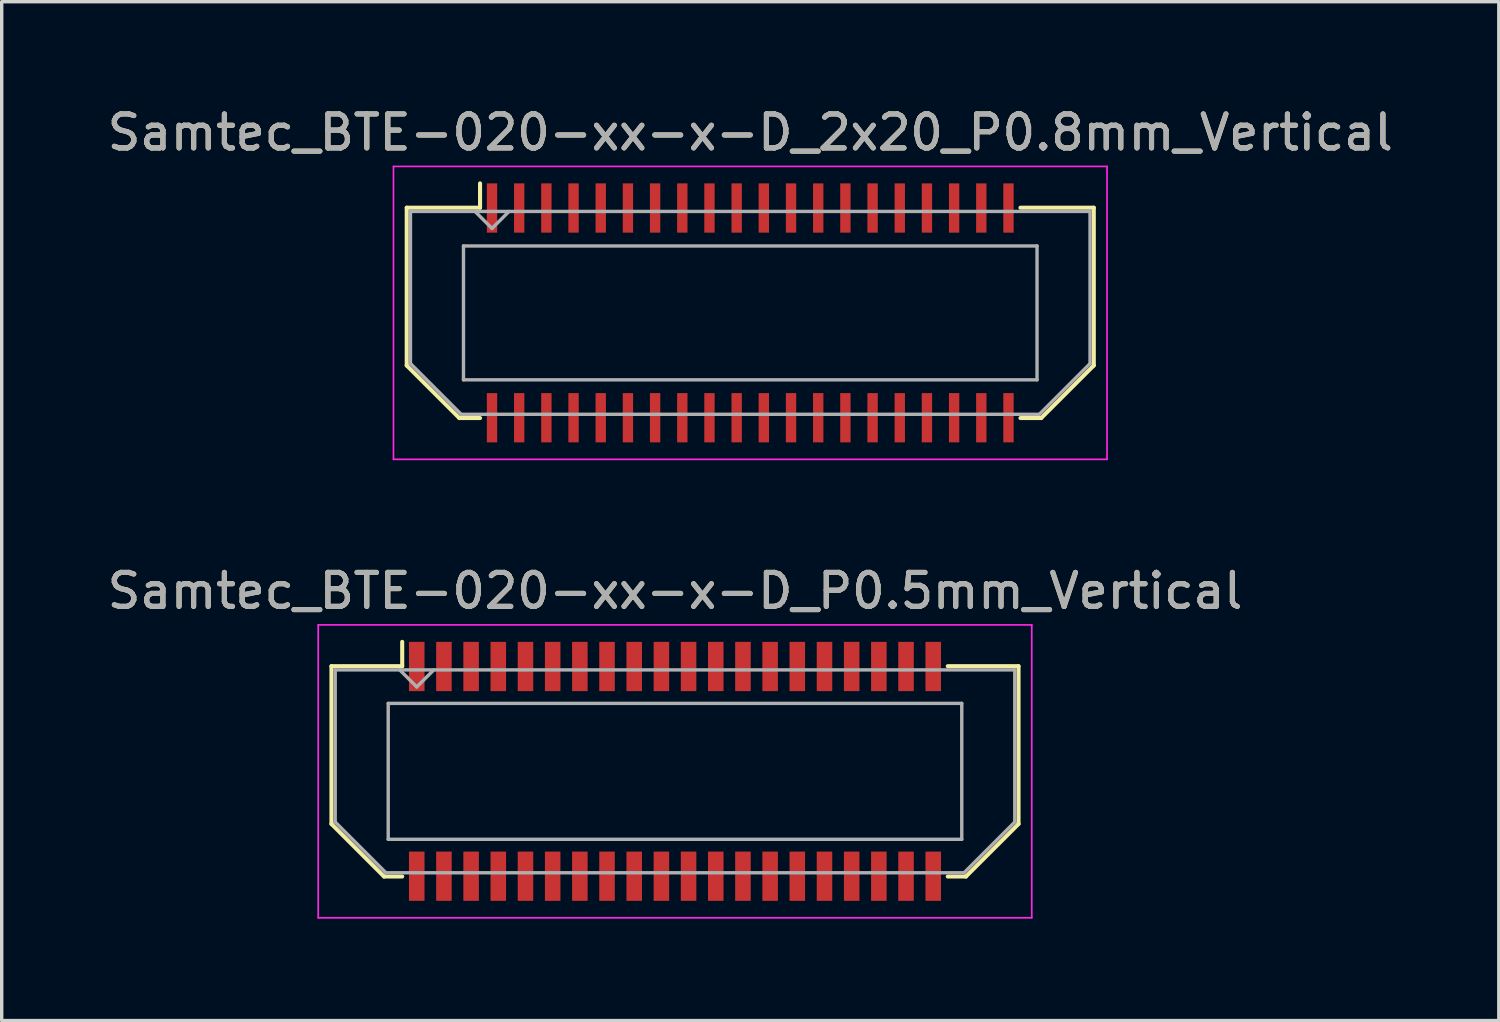
<source format=kicad_pcb>
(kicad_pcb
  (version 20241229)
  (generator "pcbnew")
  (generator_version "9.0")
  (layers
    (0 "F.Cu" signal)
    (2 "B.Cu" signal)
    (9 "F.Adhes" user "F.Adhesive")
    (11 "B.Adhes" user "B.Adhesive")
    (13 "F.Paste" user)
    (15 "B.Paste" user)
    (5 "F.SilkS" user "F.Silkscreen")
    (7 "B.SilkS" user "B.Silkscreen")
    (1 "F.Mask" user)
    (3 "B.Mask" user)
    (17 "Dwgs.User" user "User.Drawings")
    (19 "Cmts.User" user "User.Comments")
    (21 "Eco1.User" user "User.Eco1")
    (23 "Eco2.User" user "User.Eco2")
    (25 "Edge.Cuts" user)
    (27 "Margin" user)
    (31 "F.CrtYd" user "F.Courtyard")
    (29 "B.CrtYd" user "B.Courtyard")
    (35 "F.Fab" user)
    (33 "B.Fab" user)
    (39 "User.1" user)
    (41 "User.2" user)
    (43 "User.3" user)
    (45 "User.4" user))
  (footprint "Samtec_BTE-020-xx-x-D_2x20_P0.8mm_Vertical"
    (layer "F.Cu")
    (at 19.03 6.158)
    (property "Reference" "Samtec_BTE-020-xx-x-D_2x20_P0.8mm_Vertical" (at 0 -5.31 0) (layer "F.SilkS") (effects (font (size 1 1) (thickness 0.15))))
    (attr smd)
    (fp_line (start -10.11 -3.095) (end -10.11 1.548) (stroke (width 0.12) (type solid)) (layer "F.SilkS"))
    (fp_line (start -10.11 1.548) (end -8.562 3.095) (stroke (width 0.12) (type solid)) (layer "F.SilkS"))
    (fp_line (start -8.562 3.095) (end -7.952 3.095) (stroke (width 0.12) (type solid)) (layer "F.SilkS"))
    (fp_line (start -7.952 -3.811) (end -7.952 -3.095) (stroke (width 0.12) (type solid)) (layer "F.SilkS"))
    (fp_line (start -7.952 -3.095) (end -10.11 -3.095) (stroke (width 0.12) (type solid)) (layer "F.SilkS"))
    (fp_line (start 7.952 -3.095) (end 10.11 -3.095) (stroke (width 0.12) (type solid)) (layer "F.SilkS"))
    (fp_line (start 8.562 3.095) (end 7.952 3.095) (stroke (width 0.12) (type solid)) (layer "F.SilkS"))
    (fp_line (start 10.11 -3.095) (end 10.11 1.548) (stroke (width 0.12) (type solid)) (layer "F.SilkS"))
    (fp_line (start 10.11 1.548) (end 8.562 3.095) (stroke (width 0.12) (type solid)) (layer "F.SilkS"))
    (fp_line (start -10.5 -4.31) (end -10.5 4.31) (stroke (width 0.05) (type solid)) (layer "F.CrtYd"))
    (fp_line (start -10.5 4.31) (end 10.5 4.31) (stroke (width 0.05) (type solid)) (layer "F.CrtYd"))
    (fp_line (start 10.5 -4.31) (end -10.5 -4.31) (stroke (width 0.05) (type solid)) (layer "F.CrtYd"))
    (fp_line (start 10.5 4.31) (end 10.5 -4.31) (stroke (width 0.05) (type solid)) (layer "F.CrtYd"))
    (fp_line (start -10 -2.985) (end -10 1.492) (stroke (width 0.1) (type solid)) (layer "F.Fab"))
    (fp_line (start -10 -2.985) (end 10 -2.985) (stroke (width 0.1) (type solid)) (layer "F.Fab"))
    (fp_line (start -10 1.492) (end -8.508 2.985) (stroke (width 0.1) (type solid)) (layer "F.Fab"))
    (fp_line (start -8.508 2.985) (end 8.508 2.985) (stroke (width 0.1) (type solid)) (layer "F.Fab"))
    (fp_line (start -8.44 -1.97) (end -8.44 1.97) (stroke (width 0.1) (type solid)) (layer "F.Fab"))
    (fp_line (start -8.44 1.97) (end 8.44 1.97) (stroke (width 0.1) (type solid)) (layer "F.Fab"))
    (fp_line (start -7.6 -2.485) (end -8.1 -2.985) (stroke (width 0.1) (type solid)) (layer "F.Fab"))
    (fp_line (start -7.1 -2.985) (end -7.6 -2.485) (stroke (width 0.1) (type solid)) (layer "F.Fab"))
    (fp_line (start 8.44 -1.97) (end -8.44 -1.97) (stroke (width 0.1) (type solid)) (layer "F.Fab"))
    (fp_line (start 8.44 1.97) (end 8.44 -1.97) (stroke (width 0.1) (type solid)) (layer "F.Fab"))
    (fp_line (start 10 -2.985) (end 10 1.492) (stroke (width 0.1) (type solid)) (layer "F.Fab"))
    (fp_line (start 10 1.492) (end 8.508 2.985) (stroke (width 0.1) (type solid)) (layer "F.Fab"))
    (fp_text user "${REFERENCE}" (at 0 -5.31 0) (layer "F.Fab") (effects (font (size 1 1) (thickness 0.15))))
    (pad "1" smd rect (at -7.6 -3.086) (size 0.305 1.45) (layers "F.Cu" "F.Mask" "F.Paste"))
    (pad "2" smd rect (at -7.6 3.086) (size 0.305 1.45) (layers "F.Cu" "F.Mask" "F.Paste"))
    (pad "3" smd rect (at -6.8 -3.086) (size 0.305 1.45) (layers "F.Cu" "F.Mask" "F.Paste"))
    (pad "4" smd rect (at -6.8 3.086) (size 0.305 1.45) (layers "F.Cu" "F.Mask" "F.Paste"))
    (pad "5" smd rect (at -6 -3.086) (size 0.305 1.45) (layers "F.Cu" "F.Mask" "F.Paste"))
    (pad "6" smd rect (at -6 3.086) (size 0.305 1.45) (layers "F.Cu" "F.Mask" "F.Paste"))
    (pad "7" smd rect (at -5.2 -3.086) (size 0.305 1.45) (layers "F.Cu" "F.Mask" "F.Paste"))
    (pad "8" smd rect (at -5.2 3.086) (size 0.305 1.45) (layers "F.Cu" "F.Mask" "F.Paste"))
    (pad "9" smd rect (at -4.4 -3.086) (size 0.305 1.45) (layers "F.Cu" "F.Mask" "F.Paste"))
    (pad "10" smd rect (at -4.4 3.086) (size 0.305 1.45) (layers "F.Cu" "F.Mask" "F.Paste"))
    (pad "11" smd rect (at -3.6 -3.086) (size 0.305 1.45) (layers "F.Cu" "F.Mask" "F.Paste"))
    (pad "12" smd rect (at -3.6 3.086) (size 0.305 1.45) (layers "F.Cu" "F.Mask" "F.Paste"))
    (pad "13" smd rect (at -2.8 -3.086) (size 0.305 1.45) (layers "F.Cu" "F.Mask" "F.Paste"))
    (pad "14" smd rect (at -2.8 3.086) (size 0.305 1.45) (layers "F.Cu" "F.Mask" "F.Paste"))
    (pad "15" smd rect (at -2 -3.086) (size 0.305 1.45) (layers "F.Cu" "F.Mask" "F.Paste"))
    (pad "16" smd rect (at -2 3.086) (size 0.305 1.45) (layers "F.Cu" "F.Mask" "F.Paste"))
    (pad "17" smd rect (at -1.2 -3.086) (size 0.305 1.45) (layers "F.Cu" "F.Mask" "F.Paste"))
    (pad "18" smd rect (at -1.2 3.086) (size 0.305 1.45) (layers "F.Cu" "F.Mask" "F.Paste"))
    (pad "19" smd rect (at -0.4 -3.086) (size 0.305 1.45) (layers "F.Cu" "F.Mask" "F.Paste"))
    (pad "20" smd rect (at -0.4 3.086) (size 0.305 1.45) (layers "F.Cu" "F.Mask" "F.Paste"))
    (pad "21" smd rect (at 0.4 -3.086) (size 0.305 1.45) (layers "F.Cu" "F.Mask" "F.Paste"))
    (pad "22" smd rect (at 0.4 3.086) (size 0.305 1.45) (layers "F.Cu" "F.Mask" "F.Paste"))
    (pad "23" smd rect (at 1.2 -3.086) (size 0.305 1.45) (layers "F.Cu" "F.Mask" "F.Paste"))
    (pad "24" smd rect (at 1.2 3.086) (size 0.305 1.45) (layers "F.Cu" "F.Mask" "F.Paste"))
    (pad "25" smd rect (at 2 -3.086) (size 0.305 1.45) (layers "F.Cu" "F.Mask" "F.Paste"))
    (pad "26" smd rect (at 2 3.086) (size 0.305 1.45) (layers "F.Cu" "F.Mask" "F.Paste"))
    (pad "27" smd rect (at 2.8 -3.086) (size 0.305 1.45) (layers "F.Cu" "F.Mask" "F.Paste"))
    (pad "28" smd rect (at 2.8 3.086) (size 0.305 1.45) (layers "F.Cu" "F.Mask" "F.Paste"))
    (pad "29" smd rect (at 3.6 -3.086) (size 0.305 1.45) (layers "F.Cu" "F.Mask" "F.Paste"))
    (pad "30" smd rect (at 3.6 3.086) (size 0.305 1.45) (layers "F.Cu" "F.Mask" "F.Paste"))
    (pad "31" smd rect (at 4.4 -3.086) (size 0.305 1.45) (layers "F.Cu" "F.Mask" "F.Paste"))
    (pad "32" smd rect (at 4.4 3.086) (size 0.305 1.45) (layers "F.Cu" "F.Mask" "F.Paste"))
    (pad "33" smd rect (at 5.2 -3.086) (size 0.305 1.45) (layers "F.Cu" "F.Mask" "F.Paste"))
    (pad "34" smd rect (at 5.2 3.086) (size 0.305 1.45) (layers "F.Cu" "F.Mask" "F.Paste"))
    (pad "35" smd rect (at 6 -3.086) (size 0.305 1.45) (layers "F.Cu" "F.Mask" "F.Paste"))
    (pad "36" smd rect (at 6 3.086) (size 0.305 1.45) (layers "F.Cu" "F.Mask" "F.Paste"))
    (pad "37" smd rect (at 6.8 -3.086) (size 0.305 1.45) (layers "F.Cu" "F.Mask" "F.Paste"))
    (pad "38" smd rect (at 6.8 3.086) (size 0.305 1.45) (layers "F.Cu" "F.Mask" "F.Paste"))
    (pad "39" smd rect (at 7.6 -3.086) (size 0.305 1.45) (layers "F.Cu" "F.Mask" "F.Paste"))
    (pad "40" smd rect (at 7.6 3.086) (size 0.305 1.45) (layers "F.Cu" "F.Mask" "F.Paste")))
  (footprint "Samtec_BTE-020-xx-x-D_P0.5mm_Vertical"
    (layer "F.Cu")
    (at 16.815 19.651)
    (property "Reference" "Samtec_BTE-020-xx-x-D_P0.5mm_Vertical" (at 0 -5.31 0) (layer "F.SilkS") (effects (font (size 1 1) (thickness 0.15))))
    (attr smd)
    (fp_line (start -10.11 -3.095) (end -10.11 1.548) (stroke (width 0.12) (type solid)) (layer "F.SilkS"))
    (fp_line (start -10.11 1.548) (end -8.562 3.095) (stroke (width 0.12) (type solid)) (layer "F.SilkS"))
    (fp_line (start -8.562 3.095) (end -8.028 3.095) (stroke (width 0.12) (type solid)) (layer "F.SilkS"))
    (fp_line (start -8.028 -3.811) (end -8.028 -3.095) (stroke (width 0.12) (type solid)) (layer "F.SilkS"))
    (fp_line (start -8.028 -3.095) (end -10.11 -3.095) (stroke (width 0.12) (type solid)) (layer "F.SilkS"))
    (fp_line (start 8.028 -3.095) (end 10.11 -3.095) (stroke (width 0.12) (type solid)) (layer "F.SilkS"))
    (fp_line (start 8.562 3.095) (end 8.028 3.095) (stroke (width 0.12) (type solid)) (layer "F.SilkS"))
    (fp_line (start 10.11 -3.095) (end 10.11 1.548) (stroke (width 0.12) (type solid)) (layer "F.SilkS"))
    (fp_line (start 10.11 1.548) (end 8.562 3.095) (stroke (width 0.12) (type solid)) (layer "F.SilkS"))
    (fp_line (start -10.5 -4.31) (end -10.5 4.31) (stroke (width 0.05) (type solid)) (layer "F.CrtYd"))
    (fp_line (start -10.5 4.31) (end 10.5 4.31) (stroke (width 0.05) (type solid)) (layer "F.CrtYd"))
    (fp_line (start 10.5 -4.31) (end -10.5 -4.31) (stroke (width 0.05) (type solid)) (layer "F.CrtYd"))
    (fp_line (start 10.5 4.31) (end 10.5 -4.31) (stroke (width 0.05) (type solid)) (layer "F.CrtYd"))
    (fp_line (start -10 -2.985) (end -10 1.492) (stroke (width 0.1) (type solid)) (layer "F.Fab"))
    (fp_line (start -10 -2.985) (end 10 -2.985) (stroke (width 0.1) (type solid)) (layer "F.Fab"))
    (fp_line (start -10 1.492) (end -8.508 2.985) (stroke (width 0.1) (type solid)) (layer "F.Fab"))
    (fp_line (start -8.508 2.985) (end 8.508 2.985) (stroke (width 0.1) (type solid)) (layer "F.Fab"))
    (fp_line (start -8.44 -2) (end -8.44 2) (stroke (width 0.1) (type solid)) (layer "F.Fab"))
    (fp_line (start -8.44 2) (end 8.44 2) (stroke (width 0.1) (type solid)) (layer "F.Fab"))
    (fp_line (start -7.6 -2.485) (end -8.1 -2.985) (stroke (width 0.1) (type solid)) (layer "F.Fab"))
    (fp_line (start -7.1 -2.985) (end -7.6 -2.485) (stroke (width 0.1) (type solid)) (layer "F.Fab"))
    (fp_line (start 8.44 -2) (end -8.44 -2) (stroke (width 0.1) (type solid)) (layer "F.Fab"))
    (fp_line (start 8.44 2) (end 8.44 -2) (stroke (width 0.1) (type solid)) (layer "F.Fab"))
    (fp_line (start 10 -2.985) (end 10 1.492) (stroke (width 0.1) (type solid)) (layer "F.Fab"))
    (fp_line (start 10 1.492) (end 8.508 2.985) (stroke (width 0.1) (type solid)) (layer "F.Fab"))
    (fp_text user "${REFERENCE}" (at 0 -5.31 0) (layer "F.Fab") (effects (font (size 1 1) (thickness 0.15))))
    (pad "1" smd rect (at -7.6 -3.086) (size 0.457 1.45) (layers "F.Cu" "F.Mask" "F.Paste"))
    (pad "2" smd rect (at -7.6 3.086) (size 0.457 1.45) (layers "F.Cu" "F.Mask" "F.Paste"))
    (pad "3" smd rect (at -6.8 -3.086) (size 0.457 1.45) (layers "F.Cu" "F.Mask" "F.Paste"))
    (pad "4" smd rect (at -6.8 3.086) (size 0.457 1.45) (layers "F.Cu" "F.Mask" "F.Paste"))
    (pad "5" smd rect (at -6 -3.086) (size 0.457 1.45) (layers "F.Cu" "F.Mask" "F.Paste"))
    (pad "6" smd rect (at -6 3.086) (size 0.457 1.45) (layers "F.Cu" "F.Mask" "F.Paste"))
    (pad "7" smd rect (at -5.2 -3.086) (size 0.457 1.45) (layers "F.Cu" "F.Mask" "F.Paste"))
    (pad "8" smd rect (at -5.2 3.086) (size 0.457 1.45) (layers "F.Cu" "F.Mask" "F.Paste"))
    (pad "9" smd rect (at -4.4 -3.086) (size 0.457 1.45) (layers "F.Cu" "F.Mask" "F.Paste"))
    (pad "10" smd rect (at -4.4 3.086) (size 0.457 1.45) (layers "F.Cu" "F.Mask" "F.Paste"))
    (pad "11" smd rect (at -3.6 -3.086) (size 0.457 1.45) (layers "F.Cu" "F.Mask" "F.Paste"))
    (pad "12" smd rect (at -3.6 3.086) (size 0.457 1.45) (layers "F.Cu" "F.Mask" "F.Paste"))
    (pad "13" smd rect (at -2.8 -3.086) (size 0.457 1.45) (layers "F.Cu" "F.Mask" "F.Paste"))
    (pad "14" smd rect (at -2.8 3.086) (size 0.457 1.45) (layers "F.Cu" "F.Mask" "F.Paste"))
    (pad "15" smd rect (at -2 -3.086) (size 0.457 1.45) (layers "F.Cu" "F.Mask" "F.Paste"))
    (pad "16" smd rect (at -2 3.086) (size 0.457 1.45) (layers "F.Cu" "F.Mask" "F.Paste"))
    (pad "17" smd rect (at -1.2 -3.086) (size 0.457 1.45) (layers "F.Cu" "F.Mask" "F.Paste"))
    (pad "18" smd rect (at -1.2 3.086) (size 0.457 1.45) (layers "F.Cu" "F.Mask" "F.Paste"))
    (pad "19" smd rect (at -0.4 -3.086) (size 0.457 1.45) (layers "F.Cu" "F.Mask" "F.Paste"))
    (pad "20" smd rect (at -0.4 3.086) (size 0.457 1.45) (layers "F.Cu" "F.Mask" "F.Paste"))
    (pad "21" smd rect (at 0.4 -3.086) (size 0.457 1.45) (layers "F.Cu" "F.Mask" "F.Paste"))
    (pad "22" smd rect (at 0.4 3.086) (size 0.457 1.45) (layers "F.Cu" "F.Mask" "F.Paste"))
    (pad "23" smd rect (at 1.2 -3.086) (size 0.457 1.45) (layers "F.Cu" "F.Mask" "F.Paste"))
    (pad "24" smd rect (at 1.2 3.086) (size 0.457 1.45) (layers "F.Cu" "F.Mask" "F.Paste"))
    (pad "25" smd rect (at 2 -3.086) (size 0.457 1.45) (layers "F.Cu" "F.Mask" "F.Paste"))
    (pad "26" smd rect (at 2 3.086) (size 0.457 1.45) (layers "F.Cu" "F.Mask" "F.Paste"))
    (pad "27" smd rect (at 2.8 -3.086) (size 0.457 1.45) (layers "F.Cu" "F.Mask" "F.Paste"))
    (pad "28" smd rect (at 2.8 3.086) (size 0.457 1.45) (layers "F.Cu" "F.Mask" "F.Paste"))
    (pad "29" smd rect (at 3.6 -3.086) (size 0.457 1.45) (layers "F.Cu" "F.Mask" "F.Paste"))
    (pad "30" smd rect (at 3.6 3.086) (size 0.457 1.45) (layers "F.Cu" "F.Mask" "F.Paste"))
    (pad "31" smd rect (at 4.4 -3.086) (size 0.457 1.45) (layers "F.Cu" "F.Mask" "F.Paste"))
    (pad "32" smd rect (at 4.4 3.086) (size 0.457 1.45) (layers "F.Cu" "F.Mask" "F.Paste"))
    (pad "33" smd rect (at 5.2 -3.086) (size 0.457 1.45) (layers "F.Cu" "F.Mask" "F.Paste"))
    (pad "34" smd rect (at 5.2 3.086) (size 0.457 1.45) (layers "F.Cu" "F.Mask" "F.Paste"))
    (pad "35" smd rect (at 6 -3.086) (size 0.457 1.45) (layers "F.Cu" "F.Mask" "F.Paste"))
    (pad "36" smd rect (at 6 3.086) (size 0.457 1.45) (layers "F.Cu" "F.Mask" "F.Paste"))
    (pad "37" smd rect (at 6.8 -3.086) (size 0.457 1.45) (layers "F.Cu" "F.Mask" "F.Paste"))
    (pad "38" smd rect (at 6.8 3.086) (size 0.457 1.45) (layers "F.Cu" "F.Mask" "F.Paste"))
    (pad "39" smd rect (at 7.6 -3.086) (size 0.457 1.45) (layers "F.Cu" "F.Mask" "F.Paste"))
    (pad "40" smd rect (at 7.6 3.086) (size 0.457 1.45) (layers "F.Cu" "F.Mask" "F.Paste")))
  (gr_rect
    (start -3 -3)
    (end 41.06 26.986)
    (stroke (width 0.1) (type default))
    (fill no)
    (layer "Edge.Cuts")))
</source>
